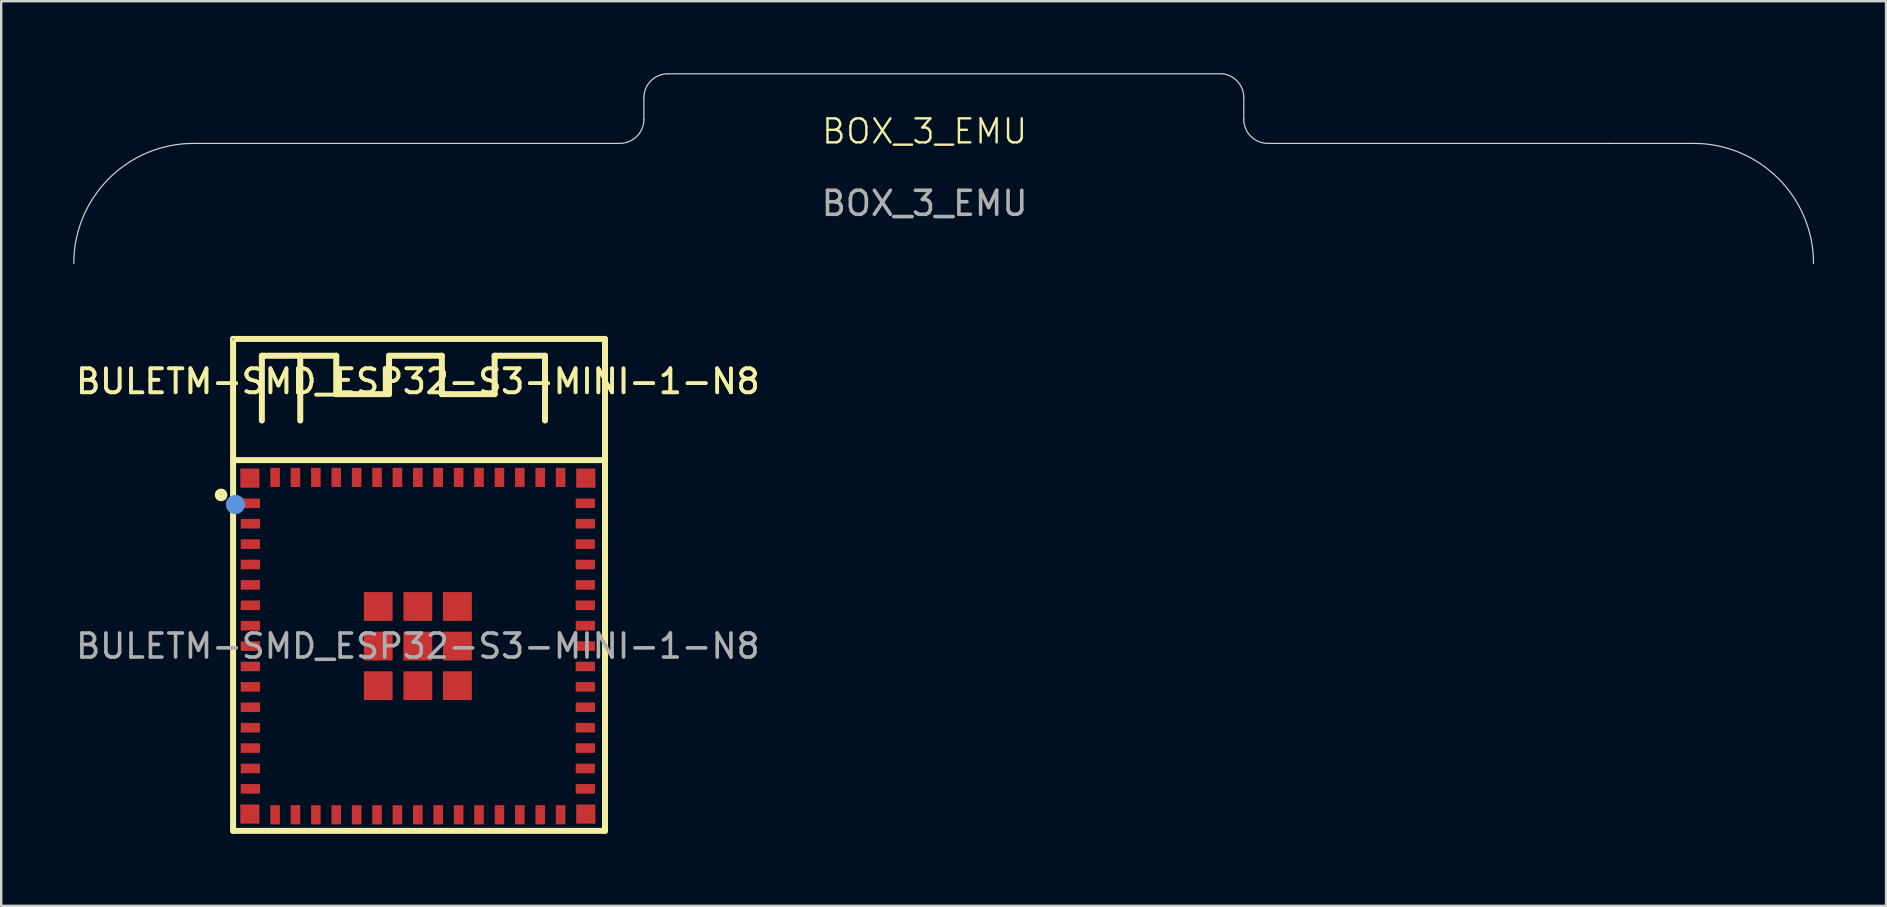
<source format=kicad_pcb>
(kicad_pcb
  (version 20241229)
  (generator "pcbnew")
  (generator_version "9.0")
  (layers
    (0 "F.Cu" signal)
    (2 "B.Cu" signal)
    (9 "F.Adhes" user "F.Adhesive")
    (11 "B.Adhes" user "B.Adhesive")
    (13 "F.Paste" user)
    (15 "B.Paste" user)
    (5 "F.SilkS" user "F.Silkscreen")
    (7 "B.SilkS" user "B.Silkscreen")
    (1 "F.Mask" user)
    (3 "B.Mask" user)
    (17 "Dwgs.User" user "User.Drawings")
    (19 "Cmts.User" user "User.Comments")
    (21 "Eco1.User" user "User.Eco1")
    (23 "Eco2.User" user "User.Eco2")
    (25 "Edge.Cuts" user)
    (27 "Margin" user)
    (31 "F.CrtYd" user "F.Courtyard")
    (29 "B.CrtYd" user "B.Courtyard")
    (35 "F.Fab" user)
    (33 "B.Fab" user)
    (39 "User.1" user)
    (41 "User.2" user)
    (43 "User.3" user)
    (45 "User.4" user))
  (footprint "BOX_3_EMU"
    (layer "F.Cu")
    (at 35.483 2.925)
    (property "Reference" "BOX_3_EMU" (at 0 -0.5 0) (unlocked yes) (layer "F.SilkS") (effects (font (size 1 1) (thickness 0.1))))
    (fp_line (start -30.458 -0.000118) (end -12.7 -0.000118) (stroke (width 0.05) (type solid)) (layer "Edge.Cuts"))
    (fp_line (start -11.699 -1) (end -11.699 -1.9) (stroke (width 0.05) (type solid)) (layer "Edge.Cuts"))
    (fp_line (start 12.423 -2.9) (end -10.699 -2.9) (stroke (width 0.05) (type solid)) (layer "Edge.Cuts"))
    (fp_line (start 13.301 -1.005) (end 13.301 -1.902) (stroke (width 0.05) (type solid)) (layer "Edge.Cuts"))
    (fp_line (start 14.301 0) (end 28.506 0) (stroke (width 0.05) (type solid)) (layer "Edge.Cuts"))
    (fp_line (start 32.042 0.00015) (end 28.506 0.00015) (stroke (width 0.05) (type solid)) (layer "Edge.Cuts"))
    (fp_arc (start -35.457901 4.99991) (mid -33.99347 1.464354) (end -30.457932 -0.000118) (stroke (width 0.05) (type solid)) (layer "Edge.Cuts"))
    (fp_arc (start -11.699433 -1.899999) (mid -11.406519 -2.607084) (end -10.699432 -2.9) (stroke (width 0.05) (type solid)) (layer "Edge.Cuts"))
    (fp_arc (start -11.699432 -0.999959) (mid -11.992521 -0.292658) (end -12.7 0) (stroke (width 0.05) (type solid)) (layer "Edge.Cuts"))
    (fp_arc (start 12.423039 -2.899999) (mid 13.051515 -2.567934) (end 13.300568 -1.9022) (stroke (width 0.05) (type solid)) (layer "Edge.Cuts"))
    (fp_arc (start 14.300516 0) (mid 13.59161 -0.294782) (end 13.300568 -1.00525) (stroke (width 0.05) (type solid)) (layer "Edge.Cuts"))
    (fp_arc (start 32.04209 0.000149) (mid 35.577646 1.464606) (end 37.0421 5.000141) (stroke (width 0.05) (type solid)) (layer "Edge.Cuts"))
    (fp_text user "${REFERENCE}" (at 0 2.5 0) (unlocked yes) (layer "F.Fab") (effects (font (size 1 1) (thickness 0.15)))))
  (footprint "BULETM-SMD_ESP32-S3-MINI-1-N8"
    (layer "F.Cu")
    (at 14.363 23.875)
    (property "Reference" "BULETM-SMD_ESP32-S3-MINI-1-N8" (at 0 -11.03 0) (layer "F.SilkS") (effects (font (size 1 1) (thickness 0.15))))
    (attr smd)
    (fp_line (start -7.7 -12.8) (end 7.8 -12.8) (stroke (width 0.25) (type solid)) (layer "F.SilkS"))
    (fp_line (start -7.7 -7.75) (end 7.8 -7.75) (stroke (width 0.25) (type solid)) (layer "F.SilkS"))
    (fp_line (start -7.7 7.7) (end -7.7 -12.8) (stroke (width 0.25) (type solid)) (layer "F.SilkS"))
    (fp_line (start -6.5 -12.1) (end -4.9 -12.1) (stroke (width 0.25) (type solid)) (layer "F.SilkS"))
    (fp_line (start -6.5 -9.4) (end -6.5 -12.1) (stroke (width 0.25) (type solid)) (layer "F.SilkS"))
    (fp_line (start -4.9 -12.1) (end -4.9 -9.4) (stroke (width 0.25) (type solid)) (layer "F.SilkS"))
    (fp_line (start -4.9 -12.1) (end -3.4 -12.1) (stroke (width 0.25) (type solid)) (layer "F.SilkS"))
    (fp_line (start -3.4 -12.1) (end -3.4 -10.5) (stroke (width 0.25) (type solid)) (layer "F.SilkS"))
    (fp_line (start -3.4 -10.5) (end -1.2 -10.5) (stroke (width 0.25) (type solid)) (layer "F.SilkS"))
    (fp_line (start -1.2 -12.1) (end 1 -12.1) (stroke (width 0.25) (type solid)) (layer "F.SilkS"))
    (fp_line (start -1.2 -10.5) (end -1.2 -12.1) (stroke (width 0.25) (type solid)) (layer "F.SilkS"))
    (fp_line (start 1 -12.1) (end 1 -10.5) (stroke (width 0.25) (type solid)) (layer "F.SilkS"))
    (fp_line (start 1 -10.5) (end 3.2 -10.5) (stroke (width 0.25) (type solid)) (layer "F.SilkS"))
    (fp_line (start 3.2 -12.1) (end 5.3 -12.1) (stroke (width 0.25) (type solid)) (layer "F.SilkS"))
    (fp_line (start 3.2 -10.5) (end 3.2 -12.1) (stroke (width 0.25) (type solid)) (layer "F.SilkS"))
    (fp_line (start 5.3 -12.1) (end 5.3 -9.4) (stroke (width 0.25) (type solid)) (layer "F.SilkS"))
    (fp_line (start 7.8 -12.8) (end 7.8 7.7) (stroke (width 0.25) (type solid)) (layer "F.SilkS"))
    (fp_line (start 7.8 -7.75) (end 7.8 -7.79) (stroke (width 0.25) (type solid)) (layer "F.SilkS"))
    (fp_line (start 7.8 7.7) (end -7.7 7.7) (stroke (width 0.25) (type solid)) (layer "F.SilkS"))
    (fp_circle (center -8.2 -6.3) (end -8.06 -6.3) (stroke (width 0.25) (type solid)) (fill no) (layer "F.SilkS"))
    (fp_circle (center -7.6 -5.9) (end -7.4 -5.9) (stroke (width 0.4) (type solid)) (fill no) (layer "Cmts.User"))
    (fp_circle (center -7.7 -12.78) (end -7.67 -12.78) (stroke (width 0.06) (type solid)) (fill no) (layer "F.Fab"))
    (fp_text user "${REFERENCE}" (at 0 -11.03 0) (layer "F.SilkS") (effects (font (size 1 1) (thickness 0.15))))
    (fp_text user "${REFERENCE}" (at 0 0 0) (layer "F.Fab") (effects (font (size 1 1) (thickness 0.15))))
    (pad "1" smd rect (at -6.98 -5.95 90) (size 0.4 0.8) (layers "F.Cu" "F.Mask" "F.Paste"))
    (pad "2" smd rect (at -6.98 -5.1 90) (size 0.4 0.8) (layers "F.Cu" "F.Mask" "F.Paste"))
    (pad "3" smd rect (at -6.98 -4.25 90) (size 0.4 0.8) (layers "F.Cu" "F.Mask" "F.Paste"))
    (pad "4" smd rect (at -6.98 -3.4 90) (size 0.4 0.8) (layers "F.Cu" "F.Mask" "F.Paste"))
    (pad "5" smd rect (at -6.98 -2.55 90) (size 0.4 0.8) (layers "F.Cu" "F.Mask" "F.Paste"))
    (pad "6" smd rect (at -6.98 -1.7 90) (size 0.4 0.8) (layers "F.Cu" "F.Mask" "F.Paste"))
    (pad "7" smd rect (at -6.98 -0.85 90) (size 0.4 0.8) (layers "F.Cu" "F.Mask" "F.Paste"))
    (pad "8" smd rect (at -6.98 0 90) (size 0.4 0.8) (layers "F.Cu" "F.Mask" "F.Paste"))
    (pad "9" smd rect (at -6.98 0.85 90) (size 0.4 0.8) (layers "F.Cu" "F.Mask" "F.Paste"))
    (pad "10" smd rect (at -6.98 1.7 90) (size 0.4 0.8) (layers "F.Cu" "F.Mask" "F.Paste"))
    (pad "11" smd rect (at -6.98 2.55 90) (size 0.4 0.8) (layers "F.Cu" "F.Mask" "F.Paste"))
    (pad "12" smd rect (at -6.98 3.4 90) (size 0.4 0.8) (layers "F.Cu" "F.Mask" "F.Paste"))
    (pad "13" smd rect (at -6.98 4.25 90) (size 0.4 0.8) (layers "F.Cu" "F.Mask" "F.Paste"))
    (pad "14" smd rect (at -6.98 5.1 90) (size 0.4 0.8) (layers "F.Cu" "F.Mask" "F.Paste"))
    (pad "15" smd rect (at -6.98 5.95 90) (size 0.4 0.8) (layers "F.Cu" "F.Mask" "F.Paste"))
    (pad "16" smd rect (at -5.95 7.03 180) (size 0.4 0.8) (layers "F.Cu" "F.Mask" "F.Paste"))
    (pad "17" smd rect (at -5.1 7.03 180) (size 0.4 0.8) (layers "F.Cu" "F.Mask" "F.Paste"))
    (pad "18" smd rect (at -4.25 7.03 180) (size 0.4 0.8) (layers "F.Cu" "F.Mask" "F.Paste"))
    (pad "19" smd rect (at -3.4 7.03 180) (size 0.4 0.8) (layers "F.Cu" "F.Mask" "F.Paste"))
    (pad "20" smd rect (at -2.55 7.03 180) (size 0.4 0.8) (layers "F.Cu" "F.Mask" "F.Paste"))
    (pad "21" smd rect (at -1.7 7.03 180) (size 0.4 0.8) (layers "F.Cu" "F.Mask" "F.Paste"))
    (pad "22" smd rect (at -0.85 7.03 180) (size 0.4 0.8) (layers "F.Cu" "F.Mask" "F.Paste"))
    (pad "23" smd rect (at 0 7.03 180) (size 0.4 0.8) (layers "F.Cu" "F.Mask" "F.Paste"))
    (pad "24" smd rect (at 0.85 7.03 180) (size 0.4 0.8) (layers "F.Cu" "F.Mask" "F.Paste"))
    (pad "25" smd rect (at 1.7 7.03 180) (size 0.4 0.8) (layers "F.Cu" "F.Mask" "F.Paste"))
    (pad "26" smd rect (at 2.55 7.03 180) (size 0.4 0.8) (layers "F.Cu" "F.Mask" "F.Paste"))
    (pad "27" smd rect (at 3.4 7.03 180) (size 0.4 0.8) (layers "F.Cu" "F.Mask" "F.Paste"))
    (pad "28" smd rect (at 4.25 7.03 180) (size 0.4 0.8) (layers "F.Cu" "F.Mask" "F.Paste"))
    (pad "29" smd rect (at 5.1 7.03 180) (size 0.4 0.8) (layers "F.Cu" "F.Mask" "F.Paste"))
    (pad "30" smd rect (at 5.95 7.03 180) (size 0.4 0.8) (layers "F.Cu" "F.Mask" "F.Paste"))
    (pad "31" smd rect (at 6.98 5.95 270) (size 0.4 0.8) (layers "F.Cu" "F.Mask" "F.Paste"))
    (pad "32" smd rect (at 6.98 5.1 270) (size 0.4 0.8) (layers "F.Cu" "F.Mask" "F.Paste"))
    (pad "33" smd rect (at 6.98 4.25 270) (size 0.4 0.8) (layers "F.Cu" "F.Mask" "F.Paste"))
    (pad "34" smd rect (at 6.98 3.4 270) (size 0.4 0.8) (layers "F.Cu" "F.Mask" "F.Paste"))
    (pad "35" smd rect (at 6.98 2.55 270) (size 0.4 0.8) (layers "F.Cu" "F.Mask" "F.Paste"))
    (pad "36" smd rect (at 6.98 1.7 270) (size 0.4 0.8) (layers "F.Cu" "F.Mask" "F.Paste"))
    (pad "37" smd rect (at 6.98 0.85 270) (size 0.4 0.8) (layers "F.Cu" "F.Mask" "F.Paste"))
    (pad "38" smd rect (at 6.98 0 270) (size 0.4 0.8) (layers "F.Cu" "F.Mask" "F.Paste"))
    (pad "39" smd rect (at 6.98 -0.85 270) (size 0.4 0.8) (layers "F.Cu" "F.Mask" "F.Paste"))
    (pad "40" smd rect (at 6.98 -1.7 270) (size 0.4 0.8) (layers "F.Cu" "F.Mask" "F.Paste"))
    (pad "41" smd rect (at 6.98 -2.55 270) (size 0.4 0.8) (layers "F.Cu" "F.Mask" "F.Paste"))
    (pad "42" smd rect (at 6.98 -3.4 270) (size 0.4 0.8) (layers "F.Cu" "F.Mask" "F.Paste"))
    (pad "43" smd rect (at 6.98 -4.25 270) (size 0.4 0.8) (layers "F.Cu" "F.Mask" "F.Paste"))
    (pad "44" smd rect (at 6.98 -5.1 270) (size 0.4 0.8) (layers "F.Cu" "F.Mask" "F.Paste"))
    (pad "45" smd rect (at 6.98 -5.95 270) (size 0.4 0.8) (layers "F.Cu" "F.Mask" "F.Paste"))
    (pad "46" smd rect (at 5.95 -7.03) (size 0.4 0.8) (layers "F.Cu" "F.Mask" "F.Paste"))
    (pad "47" smd rect (at 5.1 -7.03) (size 0.4 0.8) (layers "F.Cu" "F.Mask" "F.Paste"))
    (pad "48" smd rect (at 4.25 -7.03) (size 0.4 0.8) (layers "F.Cu" "F.Mask" "F.Paste"))
    (pad "49" smd rect (at 3.4 -7.03) (size 0.4 0.8) (layers "F.Cu" "F.Mask" "F.Paste"))
    (pad "50" smd rect (at 2.55 -7.03) (size 0.4 0.8) (layers "F.Cu" "F.Mask" "F.Paste"))
    (pad "51" smd rect (at 1.7 -7.03) (size 0.4 0.8) (layers "F.Cu" "F.Mask" "F.Paste"))
    (pad "52" smd rect (at 0.85 -7.03) (size 0.4 0.8) (layers "F.Cu" "F.Mask" "F.Paste"))
    (pad "53" smd rect (at 0 -7.03) (size 0.4 0.8) (layers "F.Cu" "F.Mask" "F.Paste"))
    (pad "54" smd rect (at -0.85 -7.03) (size 0.4 0.8) (layers "F.Cu" "F.Mask" "F.Paste"))
    (pad "55" smd rect (at -1.7 -7.03) (size 0.4 0.8) (layers "F.Cu" "F.Mask" "F.Paste"))
    (pad "56" smd rect (at -2.55 -7.03) (size 0.4 0.8) (layers "F.Cu" "F.Mask" "F.Paste"))
    (pad "57" smd rect (at -3.4 -7.03) (size 0.4 0.8) (layers "F.Cu" "F.Mask" "F.Paste"))
    (pad "58" smd rect (at -4.25 -7.03) (size 0.4 0.8) (layers "F.Cu" "F.Mask" "F.Paste"))
    (pad "59" smd rect (at -5.1 -7.03) (size 0.4 0.8) (layers "F.Cu" "F.Mask" "F.Paste"))
    (pad "60" smd rect (at -5.95 -7.03) (size 0.4 0.8) (layers "F.Cu" "F.Mask" "F.Paste"))
    (pad "GND" smd rect (at -7 -7 90) (size 0.8 0.8) (layers "F.Cu" "F.Mask" "F.Paste"))
    (pad "GND" smd rect (at -7 7 90) (size 0.8 0.8) (layers "F.Cu" "F.Mask" "F.Paste"))
    (pad "GND" smd rect (at -1.65 -1.65 90) (size 1.2 1.2) (layers "F.Cu" "F.Mask" "F.Paste"))
    (pad "GND" smd rect (at -1.65 0 90) (size 1.2 1.2) (layers "F.Cu" "F.Mask" "F.Paste"))
    (pad "GND" smd rect (at -1.65 1.65 90) (size 1.2 1.2) (layers "F.Cu" "F.Mask" "F.Paste"))
    (pad "GND" smd rect (at 0 -1.65 90) (size 1.2 1.2) (layers "F.Cu" "F.Mask" "F.Paste"))
    (pad "GND" smd rect (at 0 0 90) (size 1.2 1.2) (layers "F.Cu" "F.Mask" "F.Paste"))
    (pad "GND" smd rect (at 0 1.65 90) (size 1.2 1.2) (layers "F.Cu" "F.Mask" "F.Paste"))
    (pad "GND" smd rect (at 1.65 -1.65 90) (size 1.2 1.2) (layers "F.Cu" "F.Mask" "F.Paste"))
    (pad "GND" smd rect (at 1.65 0 90) (size 1.2 1.2) (layers "F.Cu" "F.Mask" "F.Paste"))
    (pad "GND" smd rect (at 1.65 1.65 90) (size 1.2 1.2) (layers "F.Cu" "F.Mask" "F.Paste"))
    (pad "GND" smd rect (at 7 -7 90) (size 0.8 0.8) (layers "F.Cu" "F.Mask" "F.Paste"))
    (pad "GND" smd rect (at 7 7 90) (size 0.8 0.8) (layers "F.Cu" "F.Mask" "F.Paste")))
  (gr_rect
    (start -3 -3)
    (end 75.55 34.7)
    (stroke (width 0.1) (type default))
    (fill no)
    (layer "Edge.Cuts")))
</source>
